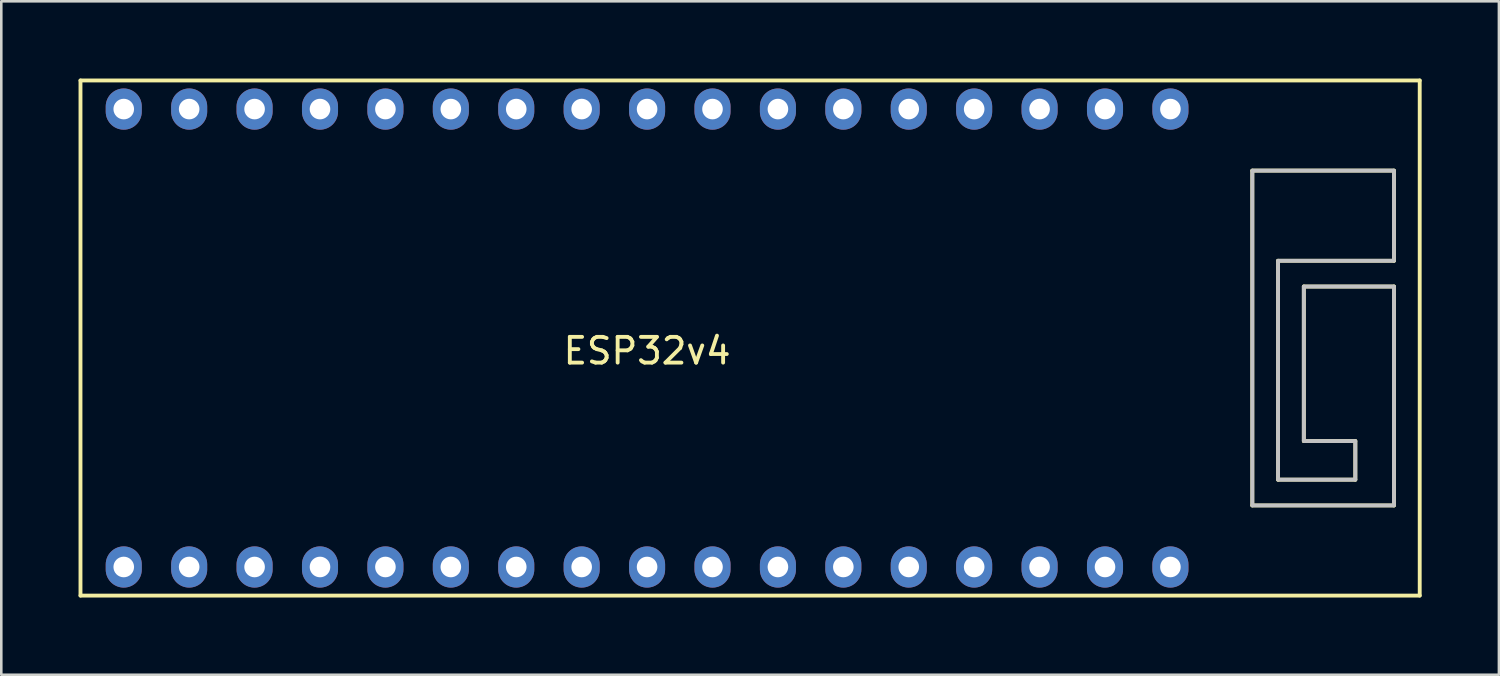
<source format=kicad_pcb>
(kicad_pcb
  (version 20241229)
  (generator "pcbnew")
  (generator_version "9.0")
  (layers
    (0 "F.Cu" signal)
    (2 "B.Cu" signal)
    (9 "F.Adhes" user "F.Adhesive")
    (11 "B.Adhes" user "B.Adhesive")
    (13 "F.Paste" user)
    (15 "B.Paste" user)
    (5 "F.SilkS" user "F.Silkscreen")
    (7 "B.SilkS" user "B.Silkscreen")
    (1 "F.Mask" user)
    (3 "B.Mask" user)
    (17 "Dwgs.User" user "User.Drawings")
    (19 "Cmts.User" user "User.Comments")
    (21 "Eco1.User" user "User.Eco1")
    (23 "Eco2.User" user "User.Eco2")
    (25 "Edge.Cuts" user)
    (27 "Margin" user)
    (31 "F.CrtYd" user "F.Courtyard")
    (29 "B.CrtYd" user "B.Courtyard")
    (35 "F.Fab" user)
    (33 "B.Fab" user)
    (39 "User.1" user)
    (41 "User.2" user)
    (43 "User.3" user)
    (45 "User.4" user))
  (footprint "ESP32v4"
    (layer "F.Cu")
    (at 22.075 10.075)
    (property "Reference" "ESP32v4" (at 0 0.5 0) (layer "F.SilkS") (effects (font (size 1 1) (thickness 0.15))))
    (attr through_hole)
    (fp_line (start -22 -10) (end 30 -10) (stroke (width 0.15) (type solid)) (layer "F.SilkS"))
    (fp_line (start -22 10) (end -22 -10) (stroke (width 0.15) (type solid)) (layer "F.SilkS"))
    (fp_line (start 23.5 -6.5) (end 23.5 6.5) (stroke (width 0.15) (type solid)) (layer "F.SilkS"))
    (fp_line (start 23.5 6.5) (end 29 6.5) (stroke (width 0.15) (type solid)) (layer "F.SilkS"))
    (fp_line (start 24.5 -3) (end 29 -3) (stroke (width 0.15) (type solid)) (layer "F.SilkS"))
    (fp_line (start 24.5 5.5) (end 24.5 -3) (stroke (width 0.15) (type solid)) (layer "F.SilkS"))
    (fp_line (start 25.5 -2) (end 25.5 4) (stroke (width 0.15) (type solid)) (layer "F.SilkS"))
    (fp_line (start 25.5 4) (end 27.5 4) (stroke (width 0.15) (type solid)) (layer "F.SilkS"))
    (fp_line (start 27.5 4) (end 27.5 5.5) (stroke (width 0.15) (type solid)) (layer "F.SilkS"))
    (fp_line (start 27.5 5.5) (end 24.5 5.5) (stroke (width 0.15) (type solid)) (layer "F.SilkS"))
    (fp_line (start 29 -6.5) (end 23.5 -6.5) (stroke (width 0.15) (type solid)) (layer "F.SilkS"))
    (fp_line (start 29 -3) (end 29 -6.5) (stroke (width 0.15) (type solid)) (layer "F.SilkS"))
    (fp_line (start 29 -2) (end 25.5 -2) (stroke (width 0.15) (type solid)) (layer "F.SilkS"))
    (fp_line (start 29 6.5) (end 29 -2) (stroke (width 0.15) (type solid)) (layer "F.SilkS"))
    (fp_line (start 30 -10) (end 30 10) (stroke (width 0.15) (type solid)) (layer "F.SilkS"))
    (fp_line (start 30 10) (end -22 10) (stroke (width 0.15) (type solid)) (layer "F.SilkS"))
    (fp_poly (pts (xy 23.5 -6.5) (xy 29 -6.5) (xy 29 -3) (xy 24.5 -3) (xy 24.5 5.5) (xy 27.5 5.5) (xy 27.5 4) (xy 25.5 4) (xy 25.5 -2) (xy 29 -2) (xy 29 6.5) (xy 23.5 6.5)) (stroke (width 0.15) (type solid)) (fill no) (layer "Dwgs.User"))
    (pad "1" thru_hole oval (at -20.32 8.89) (size 1.4 1.6) (drill 0.8) (layers "*.Cu" "*.Mask"))
    (pad "2" thru_hole oval (at -17.78 8.89) (size 1.4 1.6) (drill 0.8) (layers "*.Cu" "*.Mask"))
    (pad "3" thru_hole oval (at -15.24 8.89) (size 1.4 1.6) (drill 0.8) (layers "*.Cu" "*.Mask"))
    (pad "4" thru_hole oval (at -12.7 8.89) (size 1.4 1.6) (drill 0.8) (layers "*.Cu" "*.Mask"))
    (pad "5" thru_hole oval (at -10.16 8.89) (size 1.4 1.6) (drill 0.8) (layers "*.Cu" "*.Mask"))
    (pad "6" thru_hole oval (at -7.62 8.89) (size 1.4 1.6) (drill 0.8) (layers "*.Cu" "*.Mask"))
    (pad "7" thru_hole oval (at -5.08 8.89) (size 1.4 1.6) (drill 0.8) (layers "*.Cu" "*.Mask"))
    (pad "8" thru_hole oval (at -2.54 8.89) (size 1.4 1.6) (drill 0.8) (layers "*.Cu" "*.Mask"))
    (pad "9" thru_hole oval (at 0 8.89) (size 1.4 1.6) (drill 0.8) (layers "*.Cu" "*.Mask"))
    (pad "10" thru_hole oval (at 2.54 8.89) (size 1.4 1.6) (drill 0.8) (layers "*.Cu" "*.Mask"))
    (pad "11" thru_hole oval (at 5.08 8.89) (size 1.4 1.6) (drill 0.8) (layers "*.Cu" "*.Mask"))
    (pad "12" thru_hole oval (at 7.62 8.89) (size 1.4 1.6) (drill 0.8) (layers "*.Cu" "*.Mask"))
    (pad "13" thru_hole oval (at 10.16 8.89) (size 1.4 1.6) (drill 0.8) (layers "*.Cu" "*.Mask"))
    (pad "14" thru_hole oval (at 12.7 8.89) (size 1.4 1.6) (drill 0.8) (layers "*.Cu" "*.Mask"))
    (pad "15" thru_hole oval (at 15.24 8.89) (size 1.4 1.6) (drill 0.8) (layers "*.Cu" "*.Mask"))
    (pad "16" thru_hole oval (at 17.78 8.89) (size 1.4 1.6) (drill 0.8) (layers "*.Cu" "*.Mask"))
    (pad "17" thru_hole oval (at 20.32 8.89) (size 1.4 1.6) (drill 0.8) (layers "*.Cu" "*.Mask"))
    (pad "18" thru_hole oval (at 20.32 -8.89) (size 1.4 1.6) (drill 0.8) (layers "*.Cu" "*.Mask"))
    (pad "19" thru_hole oval (at 17.78 -8.89) (size 1.4 1.6) (drill 0.8) (layers "*.Cu" "*.Mask"))
    (pad "20" thru_hole oval (at 15.24 -8.89) (size 1.4 1.6) (drill 0.8) (layers "*.Cu" "*.Mask"))
    (pad "21" thru_hole oval (at 12.7 -8.89) (size 1.4 1.6) (drill 0.8) (layers "*.Cu" "*.Mask"))
    (pad "22" thru_hole oval (at 10.16 -8.89) (size 1.4 1.6) (drill 0.8) (layers "*.Cu" "*.Mask"))
    (pad "23" thru_hole oval (at 7.62 -8.89) (size 1.4 1.6) (drill 0.8) (layers "*.Cu" "*.Mask"))
    (pad "24" thru_hole oval (at 5.08 -8.89) (size 1.4 1.6) (drill 0.8) (layers "*.Cu" "*.Mask"))
    (pad "25" thru_hole oval (at 2.54 -8.89) (size 1.4 1.6) (drill 0.8) (layers "*.Cu" "*.Mask"))
    (pad "26" thru_hole oval (at 0 -8.89) (size 1.4 1.6) (drill 0.8) (layers "*.Cu" "*.Mask"))
    (pad "27" thru_hole oval (at -2.54 -8.89) (size 1.4 1.6) (drill 0.8) (layers "*.Cu" "*.Mask"))
    (pad "28" thru_hole oval (at -5.08 -8.89) (size 1.4 1.6) (drill 0.8) (layers "*.Cu" "*.Mask"))
    (pad "29" thru_hole oval (at -7.62 -8.89) (size 1.4 1.6) (drill 0.8) (layers "*.Cu" "*.Mask"))
    (pad "30" thru_hole oval (at -10.16 -8.89) (size 1.4 1.6) (drill 0.8) (layers "*.Cu" "*.Mask"))
    (pad "31" thru_hole oval (at -12.7 -8.89) (size 1.4 1.6) (drill 0.8) (layers "*.Cu" "*.Mask"))
    (pad "32" thru_hole oval (at -15.24 -8.89) (size 1.4 1.6) (drill 0.8) (layers "*.Cu" "*.Mask"))
    (pad "33" thru_hole oval (at -17.78 -8.89) (size 1.4 1.6) (drill 0.8) (layers "*.Cu" "*.Mask"))
    (pad "34" thru_hole oval (at -20.32 -8.89) (size 1.4 1.6) (drill 0.8) (layers "*.Cu" "*.Mask")))
  (gr_rect
    (start -3 -3)
    (end 55.15 23.15)
    (stroke (width 0.1) (type default))
    (fill no)
    (layer "Edge.Cuts")))
</source>
